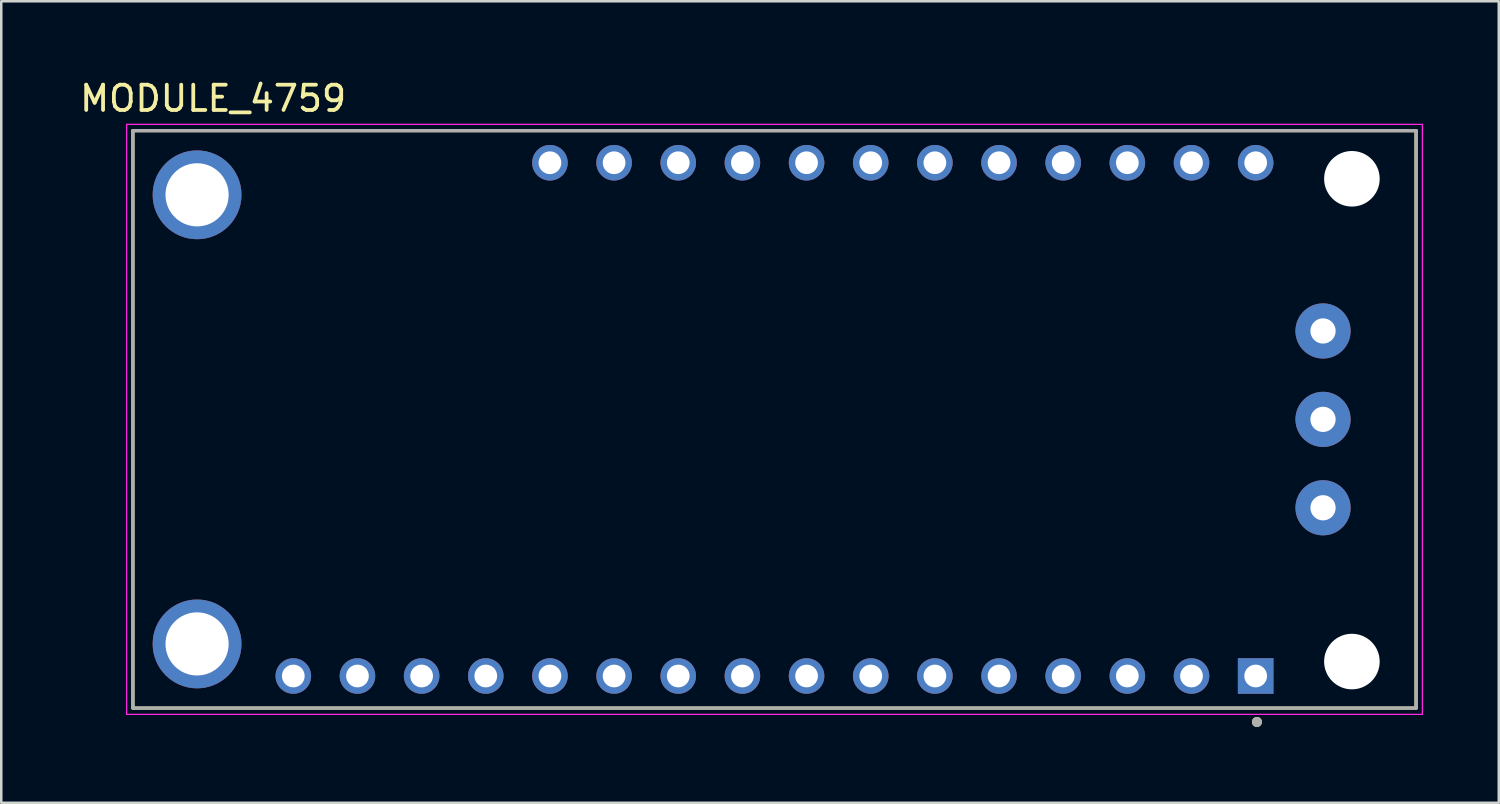
<source format=kicad_pcb>
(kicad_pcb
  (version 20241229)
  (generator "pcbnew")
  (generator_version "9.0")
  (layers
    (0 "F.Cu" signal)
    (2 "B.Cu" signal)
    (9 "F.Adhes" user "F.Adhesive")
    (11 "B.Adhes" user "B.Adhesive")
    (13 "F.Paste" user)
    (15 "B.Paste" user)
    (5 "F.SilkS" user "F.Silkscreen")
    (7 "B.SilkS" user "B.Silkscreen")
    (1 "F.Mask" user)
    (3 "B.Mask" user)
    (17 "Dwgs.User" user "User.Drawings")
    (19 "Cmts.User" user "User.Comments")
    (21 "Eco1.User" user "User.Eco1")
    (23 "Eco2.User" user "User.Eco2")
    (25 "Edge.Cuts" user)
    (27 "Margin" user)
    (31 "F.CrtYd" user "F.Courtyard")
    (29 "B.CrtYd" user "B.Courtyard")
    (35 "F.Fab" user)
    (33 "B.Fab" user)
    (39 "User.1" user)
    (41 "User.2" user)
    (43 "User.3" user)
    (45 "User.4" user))
  (footprint "MODULE_4759"
    (layer "F.Cu")
    (at 27.612 13.553)
    (property "Reference" "MODULE_4759" (at -22.225 -12.705 0) (layer "F.SilkS") (effects (font (size 1 1) (thickness 0.15))))
    (attr through_hole)
    (fp_line (start -25.4 -11.43) (end 25.4 -11.43) (stroke (width 0.127) (type solid)) (layer "F.SilkS"))
    (fp_line (start -25.4 11.43) (end -25.4 -11.43) (stroke (width 0.127) (type solid)) (layer "F.SilkS"))
    (fp_line (start 25.4 -11.43) (end 25.4 11.43) (stroke (width 0.127) (type solid)) (layer "F.SilkS"))
    (fp_line (start 25.4 11.43) (end -25.4 11.43) (stroke (width 0.127) (type solid)) (layer "F.SilkS"))
    (fp_circle (center 19.1 11.98) (end 19.2 11.98) (stroke (width 0.2) (type solid)) (fill no) (layer "F.SilkS"))
    (fp_line (start -25.65 -11.68) (end 25.65 -11.68) (stroke (width 0.05) (type solid)) (layer "F.CrtYd"))
    (fp_line (start -25.65 11.68) (end -25.65 -11.68) (stroke (width 0.05) (type solid)) (layer "F.CrtYd"))
    (fp_line (start 25.65 -11.68) (end 25.65 11.68) (stroke (width 0.05) (type solid)) (layer "F.CrtYd"))
    (fp_line (start 25.65 11.68) (end -25.65 11.68) (stroke (width 0.05) (type solid)) (layer "F.CrtYd"))
    (fp_line (start -25.4 -11.43) (end 25.4 -11.43) (stroke (width 0.127) (type solid)) (layer "F.Fab"))
    (fp_line (start -25.4 11.43) (end -25.4 -11.43) (stroke (width 0.127) (type solid)) (layer "F.Fab"))
    (fp_line (start 25.4 -11.43) (end 25.4 11.43) (stroke (width 0.127) (type solid)) (layer "F.Fab"))
    (fp_line (start 25.4 11.43) (end -25.4 11.43) (stroke (width 0.127) (type solid)) (layer "F.Fab"))
    (fp_circle (center 19.1 11.98) (end 19.2 11.98) (stroke (width 0.2) (type solid)) (fill no) (layer "F.Fab"))
    (pad "" np_thru_hole circle (at 22.86 -9.525) (size 2.2 2.2) (drill 2.2) (layers "*.Cu" "*.Mask"))
    (pad "" np_thru_hole circle (at 22.86 9.588) (size 2.2 2.2) (drill 2.2) (layers "*.Cu" "*.Mask"))
    (pad "1" thru_hole rect (at 19.05 10.16) (size 1.408 1.408) (drill 0.9) (layers "*.Cu" "*.Mask"))
    (pad "2" thru_hole circle (at 16.51 10.16) (size 1.408 1.408) (drill 0.9) (layers "*.Cu" "*.Mask"))
    (pad "3" thru_hole circle (at 13.97 10.16) (size 1.408 1.408) (drill 0.9) (layers "*.Cu" "*.Mask"))
    (pad "4" thru_hole circle (at 11.43 10.16) (size 1.408 1.408) (drill 0.9) (layers "*.Cu" "*.Mask"))
    (pad "5" thru_hole circle (at 8.89 10.16) (size 1.408 1.408) (drill 0.9) (layers "*.Cu" "*.Mask"))
    (pad "6" thru_hole circle (at 6.35 10.16) (size 1.408 1.408) (drill 0.9) (layers "*.Cu" "*.Mask"))
    (pad "7" thru_hole circle (at 3.81 10.16) (size 1.408 1.408) (drill 0.9) (layers "*.Cu" "*.Mask"))
    (pad "8" thru_hole circle (at 1.27 10.16) (size 1.408 1.408) (drill 0.9) (layers "*.Cu" "*.Mask"))
    (pad "9" thru_hole circle (at -1.27 10.16) (size 1.408 1.408) (drill 0.9) (layers "*.Cu" "*.Mask"))
    (pad "10" thru_hole circle (at -3.81 10.16) (size 1.408 1.408) (drill 0.9) (layers "*.Cu" "*.Mask"))
    (pad "11" thru_hole circle (at -6.35 10.16) (size 1.408 1.408) (drill 0.9) (layers "*.Cu" "*.Mask"))
    (pad "12" thru_hole circle (at -8.89 10.16) (size 1.408 1.408) (drill 0.9) (layers "*.Cu" "*.Mask"))
    (pad "13" thru_hole circle (at -11.43 10.16) (size 1.408 1.408) (drill 0.9) (layers "*.Cu" "*.Mask"))
    (pad "14" thru_hole circle (at -13.97 10.16) (size 1.408 1.408) (drill 0.9) (layers "*.Cu" "*.Mask"))
    (pad "15" thru_hole circle (at -16.51 10.16) (size 1.408 1.408) (drill 0.9) (layers "*.Cu" "*.Mask"))
    (pad "16" thru_hole circle (at -19.05 10.16) (size 1.408 1.408) (drill 0.9) (layers "*.Cu" "*.Mask"))
    (pad "17" thru_hole circle (at -8.89 -10.16) (size 1.408 1.408) (drill 0.9) (layers "*.Cu" "*.Mask"))
    (pad "18" thru_hole circle (at -6.35 -10.16) (size 1.408 1.408) (drill 0.9) (layers "*.Cu" "*.Mask"))
    (pad "19" thru_hole circle (at -3.81 -10.16) (size 1.408 1.408) (drill 0.9) (layers "*.Cu" "*.Mask"))
    (pad "20" thru_hole circle (at -1.27 -10.16) (size 1.408 1.408) (drill 0.9) (layers "*.Cu" "*.Mask"))
    (pad "21" thru_hole circle (at 1.27 -10.16) (size 1.408 1.408) (drill 0.9) (layers "*.Cu" "*.Mask"))
    (pad "22" thru_hole circle (at 3.81 -10.16) (size 1.408 1.408) (drill 0.9) (layers "*.Cu" "*.Mask"))
    (pad "23" thru_hole circle (at 6.35 -10.16) (size 1.408 1.408) (drill 0.9) (layers "*.Cu" "*.Mask"))
    (pad "24" thru_hole circle (at 8.89 -10.16) (size 1.408 1.408) (drill 0.9) (layers "*.Cu" "*.Mask"))
    (pad "25" thru_hole circle (at 11.43 -10.16) (size 1.408 1.408) (drill 0.9) (layers "*.Cu" "*.Mask"))
    (pad "26" thru_hole circle (at 13.97 -10.16) (size 1.408 1.408) (drill 0.9) (layers "*.Cu" "*.Mask"))
    (pad "27" thru_hole circle (at 16.51 -10.16) (size 1.408 1.408) (drill 0.9) (layers "*.Cu" "*.Mask"))
    (pad "28" thru_hole circle (at 19.05 -10.16) (size 1.408 1.408) (drill 0.9) (layers "*.Cu" "*.Mask"))
    (pad "29" thru_hole circle (at 21.717 -3.5) (size 2.184 2.184) (drill 1) (layers "*.Cu" "*.Mask"))
    (pad "30" thru_hole circle (at 21.717 0) (size 2.184 2.184) (drill 1) (layers "*.Cu" "*.Mask"))
    (pad "31" thru_hole circle (at 21.717 3.5) (size 2.184 2.184) (drill 1) (layers "*.Cu" "*.Mask"))
    (pad "P1" thru_hole circle (at -22.86 8.89) (size 3.516 3.516) (drill 2.5) (layers "*.Cu" "*.Mask"))
    (pad "P2" thru_hole circle (at -22.86 -8.89) (size 3.516 3.516) (drill 2.5) (layers "*.Cu" "*.Mask")))
  (gr_rect
    (start -3 -3)
    (end 56.287 28.733)
    (stroke (width 0.1) (type default))
    (fill no)
    (layer "Edge.Cuts")))
</source>
